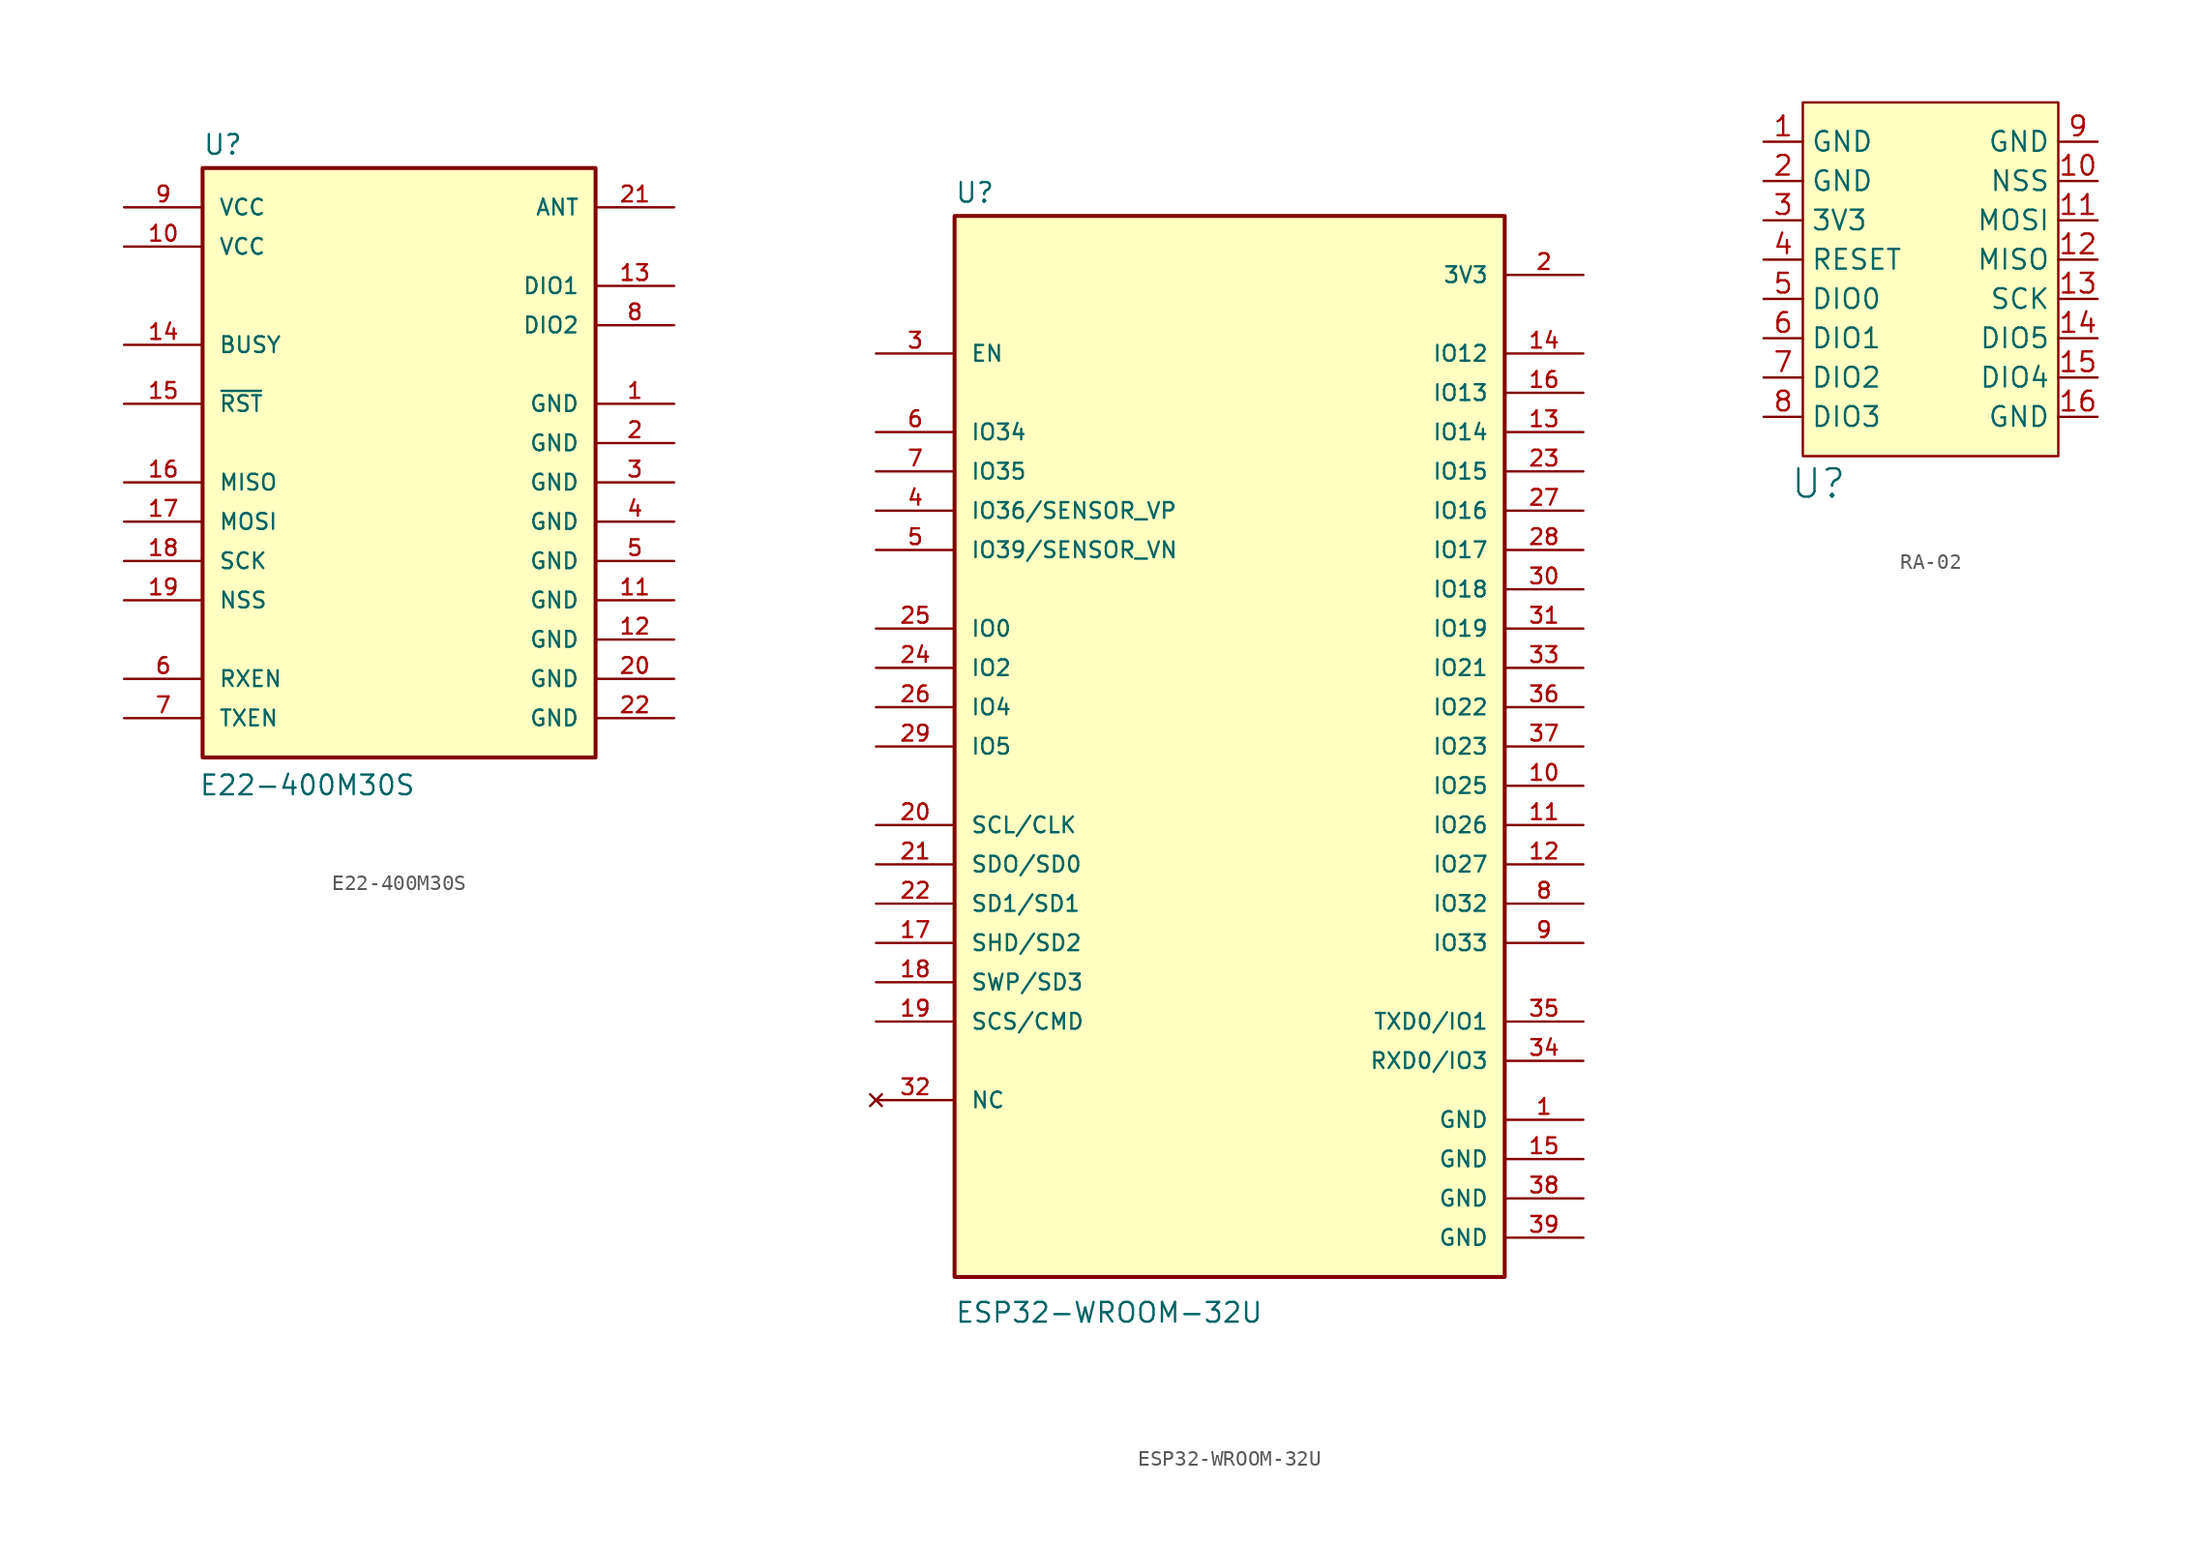
<source format=kicad_sym>
(kicad_symbol_lib
  (version 20231120)
  (generator "kicad_symbol_editor")
  (generator_version "8.0")
  (symbol "E22-400M30S"
    (pin_names
      (offset 1.016))
    (property "Reference" "U"
      (at -12.7 16.002 0)
      (effects (font (size 1.27 1.27)) (justify left bottom)))
    (property "Value" "E22-400M30S"
      (at -12.954 -25.4 0)
      (effects (font (size 1.27 1.27)) (justify left bottom)))
    (symbol "E22-400M30S_0_0"
      (rectangle (start -12.7 15.24) (end 12.7 -22.86) (stroke (width 0.254) (type default)) (fill (type background)))
      (pin power_in line (at 17.78 0 180) (length 5.08) (name "GND" (effects (font (size 1.016 1.016)))) (number "1" (effects (font (size 1.016 1.016)))))
      (pin power_in line (at -17.78 10.16 0) (length 5.08) (name "VCC" (effects (font (size 1.016 1.016)))) (number "10" (effects (font (size 1.016 1.016)))))
      (pin power_in line (at 17.78 -12.7 180) (length 5.08) (name "GND" (effects (font (size 1.016 1.016)))) (number "11" (effects (font (size 1.016 1.016)))))
      (pin power_in line (at 17.78 -15.24 180) (length 5.08) (name "GND" (effects (font (size 1.016 1.016)))) (number "12" (effects (font (size 1.016 1.016)))))
      (pin bidirectional line (at 17.78 7.62 180) (length 5.08) (name "DIO1" (effects (font (size 1.016 1.016)))) (number "13" (effects (font (size 1.016 1.016)))))
      (pin output line (at -17.78 3.81 0) (length 5.08) (name "BUSY" (effects (font (size 1.016 1.016)))) (number "14" (effects (font (size 1.016 1.016)))))
      (pin input line (at -17.78 0 0) (length 5.08) (name "~{RST}" (effects (font (size 1.016 1.016)))) (number "15" (effects (font (size 1.016 1.016)))))
      (pin output line (at -17.78 -5.08 0) (length 5.08) (name "MISO" (effects (font (size 1.016 1.016)))) (number "16" (effects (font (size 1.016 1.016)))))
      (pin input line (at -17.78 -7.62 0) (length 5.08) (name "MOSI" (effects (font (size 1.016 1.016)))) (number "17" (effects (font (size 1.016 1.016)))))
      (pin input line (at -17.78 -10.16 0) (length 5.08) (name "SCK" (effects (font (size 1.016 1.016)))) (number "18" (effects (font (size 1.016 1.016)))))
      (pin input line (at -17.78 -12.7 0) (length 5.08) (name "NSS" (effects (font (size 1.016 1.016)))) (number "19" (effects (font (size 1.016 1.016)))))
      (pin power_in line (at 17.78 -2.54 180) (length 5.08) (name "GND" (effects (font (size 1.016 1.016)))) (number "2" (effects (font (size 1.016 1.016)))))
      (pin power_in line (at 17.78 -17.78 180) (length 5.08) (name "GND" (effects (font (size 1.016 1.016)))) (number "20" (effects (font (size 1.016 1.016)))))
      (pin output line (at 17.78 12.7 180) (length 5.08) (name "ANT" (effects (font (size 1.016 1.016)))) (number "21" (effects (font (size 1.016 1.016)))))
      (pin power_in line (at 17.78 -20.32 180) (length 5.08) (name "GND" (effects (font (size 1.016 1.016)))) (number "22" (effects (font (size 1.016 1.016)))))
      (pin power_in line (at 17.78 -5.08 180) (length 5.08) (name "GND" (effects (font (size 1.016 1.016)))) (number "3" (effects (font (size 1.016 1.016)))))
      (pin power_in line (at 17.78 -7.62 180) (length 5.08) (name "GND" (effects (font (size 1.016 1.016)))) (number "4" (effects (font (size 1.016 1.016)))))
      (pin power_in line (at 17.78 -10.16 180) (length 5.08) (name "GND" (effects (font (size 1.016 1.016)))) (number "5" (effects (font (size 1.016 1.016)))))
      (pin input line (at -17.78 -17.78 0) (length 5.08) (name "RXEN" (effects (font (size 1.016 1.016)))) (number "6" (effects (font (size 1.016 1.016)))))
      (pin input line (at -17.78 -20.32 0) (length 5.08) (name "TXEN" (effects (font (size 1.016 1.016)))) (number "7" (effects (font (size 1.016 1.016)))))
      (pin bidirectional line (at 17.78 5.08 180) (length 5.08) (name "DIO2" (effects (font (size 1.016 1.016)))) (number "8" (effects (font (size 1.016 1.016)))))
      (pin power_in line (at -17.78 12.7 0) (length 5.08) (name "VCC" (effects (font (size 1.016 1.016)))) (number "9" (effects (font (size 1.016 1.016)))))))
  (symbol "ESP32-WROOM-32U"
    (pin_names
      (offset 1.016))
    (property "Reference" "U"
      (at -17.78 32.512 0)
      (effects (font (size 1.27 1.27)) (justify left bottom)))
    (property "Value" "ESP32-WROOM-32U"
      (at -17.78 -39.878 0)
      (effects (font (size 1.27 1.27)) (justify left bottom)))
    (symbol "ESP32-WROOM-32U_0_0"
      (rectangle (start -17.78 31.75) (end 17.78 -36.83) (stroke (width 0.254) (type default)) (fill (type background)))
      (pin power_in line (at 22.86 -26.67 180) (length 5.08) (name "GND" (effects (font (size 1.016 1.016)))) (number "1" (effects (font (size 1.016 1.016)))))
      (pin bidirectional line (at 22.86 -5.08 180) (length 5.08) (name "IO25" (effects (font (size 1.016 1.016)))) (number "10" (effects (font (size 1.016 1.016)))))
      (pin bidirectional line (at 22.86 -7.62 180) (length 5.08) (name "IO26" (effects (font (size 1.016 1.016)))) (number "11" (effects (font (size 1.016 1.016)))))
      (pin bidirectional line (at 22.86 -10.16 180) (length 5.08) (name "IO27" (effects (font (size 1.016 1.016)))) (number "12" (effects (font (size 1.016 1.016)))))
      (pin bidirectional line (at 22.86 17.78 180) (length 5.08) (name "IO14" (effects (font (size 1.016 1.016)))) (number "13" (effects (font (size 1.016 1.016)))))
      (pin bidirectional line (at 22.86 22.86 180) (length 5.08) (name "IO12" (effects (font (size 1.016 1.016)))) (number "14" (effects (font (size 1.016 1.016)))))
      (pin power_in line (at 22.86 -29.21 180) (length 5.08) (name "GND" (effects (font (size 1.016 1.016)))) (number "15" (effects (font (size 1.016 1.016)))))
      (pin bidirectional line (at 22.86 20.32 180) (length 5.08) (name "IO13" (effects (font (size 1.016 1.016)))) (number "16" (effects (font (size 1.016 1.016)))))
      (pin bidirectional line (at -22.86 -15.24 0) (length 5.08) (name "SHD/SD2" (effects (font (size 1.016 1.016)))) (number "17" (effects (font (size 1.016 1.016)))))
      (pin bidirectional line (at -22.86 -17.78 0) (length 5.08) (name "SWP/SD3" (effects (font (size 1.016 1.016)))) (number "18" (effects (font (size 1.016 1.016)))))
      (pin bidirectional line (at -22.86 -20.32 0) (length 5.08) (name "SCS/CMD" (effects (font (size 1.016 1.016)))) (number "19" (effects (font (size 1.016 1.016)))))
      (pin power_in line (at 22.86 27.94 180) (length 5.08) (name "3V3" (effects (font (size 1.016 1.016)))) (number "2" (effects (font (size 1.016 1.016)))))
      (pin bidirectional line (at -22.86 -7.62 0) (length 5.08) (name "SCL/CLK" (effects (font (size 1.016 1.016)))) (number "20" (effects (font (size 1.016 1.016)))))
      (pin bidirectional line (at -22.86 -10.16 0) (length 5.08) (name "SDO/SD0" (effects (font (size 1.016 1.016)))) (number "21" (effects (font (size 1.016 1.016)))))
      (pin bidirectional line (at -22.86 -12.7 0) (length 5.08) (name "SD1/SD1" (effects (font (size 1.016 1.016)))) (number "22" (effects (font (size 1.016 1.016)))))
      (pin bidirectional line (at 22.86 15.24 180) (length 5.08) (name "IO15" (effects (font (size 1.016 1.016)))) (number "23" (effects (font (size 1.016 1.016)))))
      (pin bidirectional line (at -22.86 2.54 0) (length 5.08) (name "IO2" (effects (font (size 1.016 1.016)))) (number "24" (effects (font (size 1.016 1.016)))))
      (pin bidirectional line (at -22.86 5.08 0) (length 5.08) (name "IO0" (effects (font (size 1.016 1.016)))) (number "25" (effects (font (size 1.016 1.016)))))
      (pin bidirectional line (at -22.86 0 0) (length 5.08) (name "IO4" (effects (font (size 1.016 1.016)))) (number "26" (effects (font (size 1.016 1.016)))))
      (pin bidirectional line (at 22.86 12.7 180) (length 5.08) (name "IO16" (effects (font (size 1.016 1.016)))) (number "27" (effects (font (size 1.016 1.016)))))
      (pin bidirectional line (at 22.86 10.16 180) (length 5.08) (name "IO17" (effects (font (size 1.016 1.016)))) (number "28" (effects (font (size 1.016 1.016)))))
      (pin bidirectional line (at -22.86 -2.54 0) (length 5.08) (name "IO5" (effects (font (size 1.016 1.016)))) (number "29" (effects (font (size 1.016 1.016)))))
      (pin input line (at -22.86 22.86 0) (length 5.08) (name "EN" (effects (font (size 1.016 1.016)))) (number "3" (effects (font (size 1.016 1.016)))))
      (pin bidirectional line (at 22.86 7.62 180) (length 5.08) (name "IO18" (effects (font (size 1.016 1.016)))) (number "30" (effects (font (size 1.016 1.016)))))
      (pin bidirectional line (at 22.86 5.08 180) (length 5.08) (name "IO19" (effects (font (size 1.016 1.016)))) (number "31" (effects (font (size 1.016 1.016)))))
      (pin no_connect line (at -22.86 -25.4 0) (length 5.08) (name "NC" (effects (font (size 1.016 1.016)))) (number "32" (effects (font (size 1.016 1.016)))))
      (pin bidirectional line (at 22.86 2.54 180) (length 5.08) (name "IO21" (effects (font (size 1.016 1.016)))) (number "33" (effects (font (size 1.016 1.016)))))
      (pin bidirectional line (at 22.86 -22.86 180) (length 5.08) (name "RXD0/IO3" (effects (font (size 1.016 1.016)))) (number "34" (effects (font (size 1.016 1.016)))))
      (pin bidirectional line (at 22.86 -20.32 180) (length 5.08) (name "TXD0/IO1" (effects (font (size 1.016 1.016)))) (number "35" (effects (font (size 1.016 1.016)))))
      (pin bidirectional line (at 22.86 0 180) (length 5.08) (name "IO22" (effects (font (size 1.016 1.016)))) (number "36" (effects (font (size 1.016 1.016)))))
      (pin bidirectional line (at 22.86 -2.54 180) (length 5.08) (name "IO23" (effects (font (size 1.016 1.016)))) (number "37" (effects (font (size 1.016 1.016)))))
      (pin power_in line (at 22.86 -31.75 180) (length 5.08) (name "GND" (effects (font (size 1.016 1.016)))) (number "38" (effects (font (size 1.016 1.016)))))
      (pin input line (at -22.86 12.7 0) (length 5.08) (name "IO36/SENSOR_VP" (effects (font (size 1.016 1.016)))) (number "4" (effects (font (size 1.016 1.016)))))
      (pin input line (at -22.86 10.16 0) (length 5.08) (name "IO39/SENSOR_VN" (effects (font (size 1.016 1.016)))) (number "5" (effects (font (size 1.016 1.016)))))
      (pin input line (at -22.86 17.78 0) (length 5.08) (name "IO34" (effects (font (size 1.016 1.016)))) (number "6" (effects (font (size 1.016 1.016)))))
      (pin input line (at -22.86 15.24 0) (length 5.08) (name "IO35" (effects (font (size 1.016 1.016)))) (number "7" (effects (font (size 1.016 1.016)))))
      (pin bidirectional line (at 22.86 -12.7 180) (length 5.08) (name "IO32" (effects (font (size 1.016 1.016)))) (number "8" (effects (font (size 1.016 1.016)))))
      (pin bidirectional line (at 22.86 -15.24 180) (length 5.08) (name "IO33" (effects (font (size 1.016 1.016)))) (number "9" (effects (font (size 1.016 1.016))))))
    (symbol "ESP32-WROOM-32U_1_0"
      (pin power_in line (at 22.86 -34.29 180) (length 5.08) (name "GND" (effects (font (size 1.016 1.016)))) (number "39" (effects (font (size 1.016 1.016)))))))
  (symbol "RA-02"
    (property "Reference" "U"
      (at -10.414 -13.208 0)
      (effects (font (size 1.829 1.829))))
    (symbol "RA-02_1_0"
      (rectangle (start -11.43 11.43) (end 5.08 -11.43) (stroke (width 0) (type default)) (fill (type background)))
      (pin passive line (at -13.97 8.89 0) (length 2.54) (name "GND" (effects (font (size 1.27 1.27)))) (number "1" (effects (font (size 1.27 1.27)))))
      (pin passive line (at 7.62 6.35 180) (length 2.54) (name "NSS" (effects (font (size 1.27 1.27)))) (number "10" (effects (font (size 1.27 1.27)))))
      (pin passive line (at 7.62 3.81 180) (length 2.54) (name "MOSI" (effects (font (size 1.27 1.27)))) (number "11" (effects (font (size 1.27 1.27)))))
      (pin passive line (at 7.62 1.27 180) (length 2.54) (name "MISO" (effects (font (size 1.27 1.27)))) (number "12" (effects (font (size 1.27 1.27)))))
      (pin passive line (at 7.62 -1.27 180) (length 2.54) (name "SCK" (effects (font (size 1.27 1.27)))) (number "13" (effects (font (size 1.27 1.27)))))
      (pin passive line (at 7.62 -3.81 180) (length 2.54) (name "DIO5" (effects (font (size 1.27 1.27)))) (number "14" (effects (font (size 1.27 1.27)))))
      (pin passive line (at 7.62 -6.35 180) (length 2.54) (name "DIO4" (effects (font (size 1.27 1.27)))) (number "15" (effects (font (size 1.27 1.27)))))
      (pin passive line (at 7.62 -8.89 180) (length 2.54) (name "GND" (effects (font (size 1.27 1.27)))) (number "16" (effects (font (size 1.27 1.27)))))
      (pin passive line (at -13.97 6.35 0) (length 2.54) (name "GND" (effects (font (size 1.27 1.27)))) (number "2" (effects (font (size 1.27 1.27)))))
      (pin passive line (at -13.97 3.81 0) (length 2.54) (name "3V3" (effects (font (size 1.27 1.27)))) (number "3" (effects (font (size 1.27 1.27)))))
      (pin passive line (at -13.97 1.27 0) (length 2.54) (name "RESET" (effects (font (size 1.27 1.27)))) (number "4" (effects (font (size 1.27 1.27)))))
      (pin passive line (at -13.97 -1.27 0) (length 2.54) (name "DIO0" (effects (font (size 1.27 1.27)))) (number "5" (effects (font (size 1.27 1.27)))))
      (pin passive line (at -13.97 -3.81 0) (length 2.54) (name "DIO1" (effects (font (size 1.27 1.27)))) (number "6" (effects (font (size 1.27 1.27)))))
      (pin passive line (at -13.97 -6.35 0) (length 2.54) (name "DIO2" (effects (font (size 1.27 1.27)))) (number "7" (effects (font (size 1.27 1.27)))))
      (pin passive line (at -13.97 -8.89 0) (length 2.54) (name "DIO3" (effects (font (size 1.27 1.27)))) (number "8" (effects (font (size 1.27 1.27)))))
      (pin passive line (at 7.62 8.89 180) (length 2.54) (name "GND" (effects (font (size 1.27 1.27)))) (number "9" (effects (font (size 1.27 1.27))))))))
</source>
